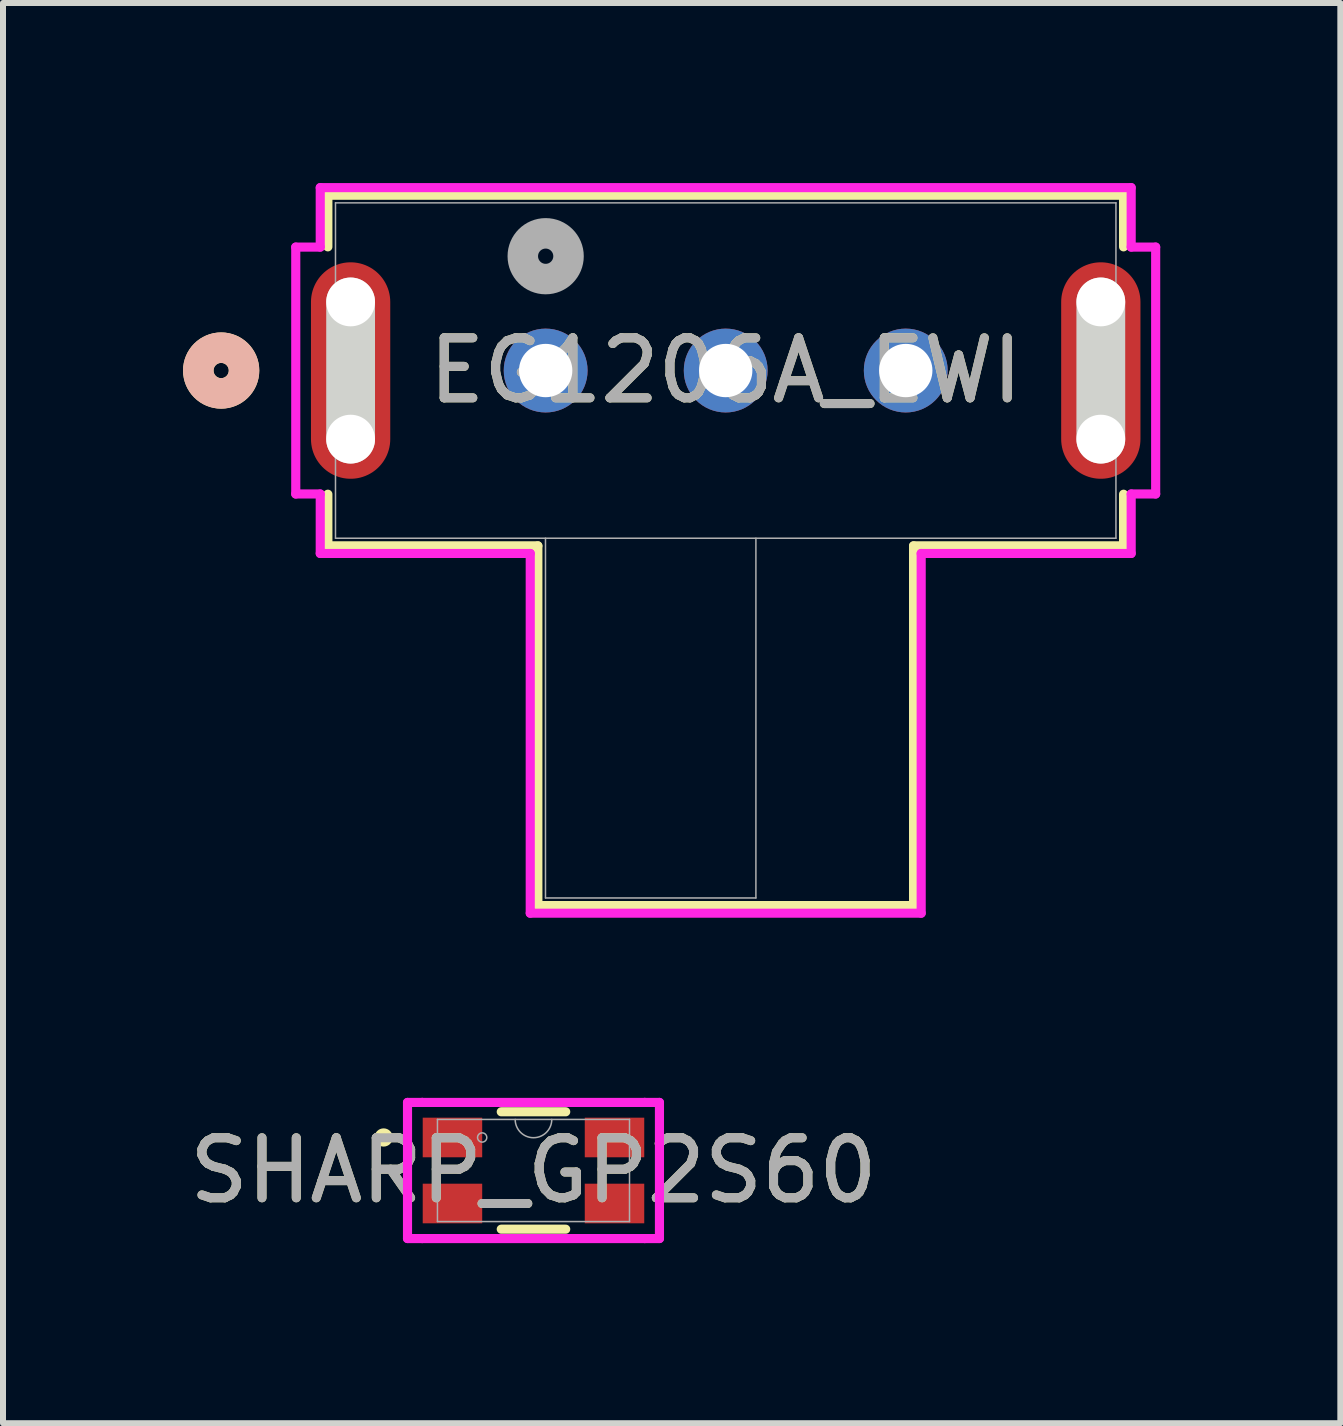
<source format=kicad_pcb>
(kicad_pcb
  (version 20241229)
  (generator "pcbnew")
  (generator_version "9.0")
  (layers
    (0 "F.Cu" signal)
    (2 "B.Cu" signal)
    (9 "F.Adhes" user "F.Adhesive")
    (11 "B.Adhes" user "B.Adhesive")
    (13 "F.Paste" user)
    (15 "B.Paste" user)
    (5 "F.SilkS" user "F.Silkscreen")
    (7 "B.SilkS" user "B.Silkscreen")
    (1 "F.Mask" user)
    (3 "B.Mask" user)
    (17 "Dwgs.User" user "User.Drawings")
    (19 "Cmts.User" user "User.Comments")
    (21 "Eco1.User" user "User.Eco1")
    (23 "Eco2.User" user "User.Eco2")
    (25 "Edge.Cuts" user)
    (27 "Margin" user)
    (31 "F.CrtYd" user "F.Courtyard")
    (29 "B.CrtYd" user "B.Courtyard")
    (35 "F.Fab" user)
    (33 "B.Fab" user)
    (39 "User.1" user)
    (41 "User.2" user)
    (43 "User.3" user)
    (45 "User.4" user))
  (footprint "SHARP_GP2S60"
    (layer "F.Cu")
    (at 5.839 16.453)
    (property "Reference" "SHARP_GP2S60" (at 0 0 0) (unlocked yes) (layer "F.SilkS") (effects (font (size 1 1) (thickness 0.15))))
    (attr smd)
    (fp_line (start -0.537 0.978) (end 0.537 0.978) (stroke (width 0.152) (type solid)) (layer "F.SilkS"))
    (fp_line (start 0.537 -0.978) (end -0.537 -0.978) (stroke (width 0.152) (type solid)) (layer "F.SilkS"))
    (fp_circle (center -2.497 -0.55) (end -2.421 -0.55) (stroke (width 0.152) (type solid)) (fill no) (layer "F.SilkS"))
    (fp_line (start -2.099 -1.134) (end -1.854 -1.134) (stroke (width 0.152) (type solid)) (layer "F.CrtYd"))
    (fp_line (start -2.099 1.134) (end -2.099 -1.134) (stroke (width 0.152) (type solid)) (layer "F.CrtYd"))
    (fp_line (start -2.099 1.134) (end -1.854 1.134) (stroke (width 0.152) (type solid)) (layer "F.CrtYd"))
    (fp_line (start -1.854 -1.134) (end -1.854 -1.134) (stroke (width 0.152) (type solid)) (layer "F.CrtYd"))
    (fp_line (start -1.854 -1.134) (end 1.854 -1.134) (stroke (width 0.152) (type solid)) (layer "F.CrtYd"))
    (fp_line (start -1.854 1.134) (end -1.854 1.134) (stroke (width 0.152) (type solid)) (layer "F.CrtYd"))
    (fp_line (start 1.854 -1.134) (end 1.854 -1.134) (stroke (width 0.152) (type solid)) (layer "F.CrtYd"))
    (fp_line (start 1.854 1.134) (end -1.854 1.134) (stroke (width 0.152) (type solid)) (layer "F.CrtYd"))
    (fp_line (start 1.854 1.134) (end 1.854 1.134) (stroke (width 0.152) (type solid)) (layer "F.CrtYd"))
    (fp_line (start 2.099 -1.134) (end 1.854 -1.134) (stroke (width 0.152) (type solid)) (layer "F.CrtYd"))
    (fp_line (start 2.099 -1.134) (end 2.099 1.134) (stroke (width 0.152) (type solid)) (layer "F.CrtYd"))
    (fp_line (start 2.099 1.134) (end 1.854 1.134) (stroke (width 0.152) (type solid)) (layer "F.CrtYd"))
    (fp_line (start -1.6 -0.851) (end -1.6 0.851) (stroke (width 0.025) (type solid)) (layer "F.Fab"))
    (fp_line (start -1.6 0.851) (end 1.6 0.851) (stroke (width 0.025) (type solid)) (layer "F.Fab"))
    (fp_line (start 1.6 -0.851) (end -1.6 -0.851) (stroke (width 0.025) (type solid)) (layer "F.Fab"))
    (fp_line (start 1.6 0.851) (end 1.6 -0.851) (stroke (width 0.025) (type solid)) (layer "F.Fab"))
    (fp_arc (start 0.3048 -0.8509) (mid 0 -0.5461) (end -0.3048 -0.8509) (stroke (width 0.0254) (type solid)) (layer "F.Fab"))
    (fp_circle (center -0.855 -0.55) (end -0.778 -0.55) (stroke (width 0.025) (type solid)) (fill no) (layer "F.Fab"))
    (fp_text user "${REFERENCE}" (at 0 0 0) (unlocked yes) (layer "F.Fab") (effects (font (size 1 1) (thickness 0.15))))
    (pad "1" smd rect (at -1.35 -0.55) (size 0.991 0.66) (layers "F.Cu" "F.Mask" "F.Paste"))
    (pad "2" smd rect (at -1.35 0.55) (size 0.991 0.66) (layers "F.Cu" "F.Mask" "F.Paste"))
    (pad "3" smd rect (at 1.35 0.55) (size 0.991 0.66) (layers "F.Cu" "F.Mask" "F.Paste"))
    (pad "4" smd rect (at 1.35 -0.55) (size 0.991 0.66) (layers "F.Cu" "F.Mask" "F.Paste")))
  (footprint "EG1206A_EWI"
    (layer "F.Cu")
    (at 6.042 3.124)
    (property "Reference" "EG1206A_EWI" (at 3 0 0) (unlocked yes) (layer "F.SilkS") (effects (font (size 1 1) (thickness 0.15))))
    (attr through_hole)
    (fp_line (start -3.629 -2.921) (end -3.629 -2.061) (stroke (width 0.152) (type solid)) (layer "F.SilkS"))
    (fp_line (start -3.629 2.061) (end -3.629 2.921) (stroke (width 0.152) (type solid)) (layer "F.SilkS"))
    (fp_line (start -3.629 2.921) (end -0.13 2.921) (stroke (width 0.152) (type solid)) (layer "F.SilkS"))
    (fp_line (start -0.13 2.921) (end -0.13 8.915) (stroke (width 0.152) (type solid)) (layer "F.SilkS"))
    (fp_line (start -0.13 8.915) (end 6.13 8.915) (stroke (width 0.152) (type solid)) (layer "F.SilkS"))
    (fp_line (start 6.13 2.921) (end 9.629 2.921) (stroke (width 0.152) (type solid)) (layer "F.SilkS"))
    (fp_line (start 6.13 8.915) (end 6.13 2.921) (stroke (width 0.152) (type solid)) (layer "F.SilkS"))
    (fp_line (start 9.629 -2.921) (end -3.629 -2.921) (stroke (width 0.152) (type solid)) (layer "F.SilkS"))
    (fp_line (start 9.629 -2.061) (end 9.629 -2.921) (stroke (width 0.152) (type solid)) (layer "F.SilkS"))
    (fp_line (start 9.629 2.921) (end 9.629 2.061) (stroke (width 0.152) (type solid)) (layer "F.SilkS"))
    (fp_circle (center -5.407 0) (end -5.026 0) (stroke (width 0.508) (type solid)) (fill no) (layer "F.SilkS"))
    (fp_circle (center -5.407 0) (end -5.026 0) (stroke (width 0.508) (type solid)) (fill no) (layer "B.SilkS"))
    (fp_line (start -3.25 1.143) (end -3.25 -1.143) (stroke (width 0.813) (type solid)) (layer "Edge.Cuts"))
    (fp_line (start 9.25 1.143) (end 9.25 -1.143) (stroke (width 0.813) (type solid)) (layer "Edge.Cuts"))
    (fp_line (start -4.164 -2.057) (end -4.164 2.057) (stroke (width 0.152) (type solid)) (layer "F.CrtYd"))
    (fp_line (start -4.164 2.057) (end -3.756 2.057) (stroke (width 0.152) (type solid)) (layer "F.CrtYd"))
    (fp_line (start -3.756 -3.048) (end -3.756 -2.057) (stroke (width 0.152) (type solid)) (layer "F.CrtYd"))
    (fp_line (start -3.756 -2.057) (end -4.164 -2.057) (stroke (width 0.152) (type solid)) (layer "F.CrtYd"))
    (fp_line (start -3.756 2.057) (end -3.756 3.048) (stroke (width 0.152) (type solid)) (layer "F.CrtYd"))
    (fp_line (start -3.756 3.048) (end -0.257 3.048) (stroke (width 0.152) (type solid)) (layer "F.CrtYd"))
    (fp_line (start -0.257 3.048) (end -0.257 9.042) (stroke (width 0.152) (type solid)) (layer "F.CrtYd"))
    (fp_line (start -0.257 9.042) (end 6.257 9.042) (stroke (width 0.152) (type solid)) (layer "F.CrtYd"))
    (fp_line (start 6.257 3.048) (end 9.756 3.048) (stroke (width 0.152) (type solid)) (layer "F.CrtYd"))
    (fp_line (start 6.257 9.042) (end 6.257 3.048) (stroke (width 0.152) (type solid)) (layer "F.CrtYd"))
    (fp_line (start 9.756 -3.048) (end -3.756 -3.048) (stroke (width 0.152) (type solid)) (layer "F.CrtYd"))
    (fp_line (start 9.756 -2.057) (end 9.756 -3.048) (stroke (width 0.152) (type solid)) (layer "F.CrtYd"))
    (fp_line (start 9.756 2.057) (end 10.164 2.057) (stroke (width 0.152) (type solid)) (layer "F.CrtYd"))
    (fp_line (start 9.756 3.048) (end 9.756 2.057) (stroke (width 0.152) (type solid)) (layer "F.CrtYd"))
    (fp_line (start 10.164 -2.057) (end 9.756 -2.057) (stroke (width 0.152) (type solid)) (layer "F.CrtYd"))
    (fp_line (start 10.164 2.057) (end 10.164 -2.057) (stroke (width 0.152) (type solid)) (layer "F.CrtYd"))
    (fp_line (start -3.502 -2.794) (end -3.502 2.794) (stroke (width 0.025) (type solid)) (layer "F.Fab"))
    (fp_line (start -3.502 2.794) (end 9.502 2.794) (stroke (width 0.025) (type solid)) (layer "F.Fab"))
    (fp_line (start -0.003 2.794) (end -0.003 8.788) (stroke (width 0.025) (type solid)) (layer "F.Fab"))
    (fp_line (start -0.003 8.788) (end 3.503 8.788) (stroke (width 0.025) (type solid)) (layer "F.Fab"))
    (fp_line (start 3.503 8.788) (end 3.503 2.794) (stroke (width 0.025) (type solid)) (layer "F.Fab"))
    (fp_line (start 9.502 -2.794) (end -3.502 -2.794) (stroke (width 0.025) (type solid)) (layer "F.Fab"))
    (fp_line (start 9.502 2.794) (end 9.502 -2.794) (stroke (width 0.025) (type solid)) (layer "F.Fab"))
    (fp_circle (center 0 -1.905) (end 0.381 -1.905) (stroke (width 0.508) (type solid)) (fill no) (layer "F.Fab"))
    (fp_text user "${REFERENCE}" (at 3 0 0) (unlocked yes) (layer "F.Fab") (effects (font (size 1 1) (thickness 0.15))))
    (pad "" np_thru_hole circle (at -3.25 -1.143) (size 0.813 0.813) (drill 0.813) (layers "*.Cu" "*.Mask"))
    (pad "" np_thru_hole circle (at -3.25 1.143) (size 0.813 0.813) (drill 0.813) (layers "*.Cu" "*.Mask"))
    (pad "" np_thru_hole circle (at 9.25 -1.143) (size 0.813 0.813) (drill 0.813) (layers "*.Cu" "*.Mask"))
    (pad "" np_thru_hole circle (at 9.25 1.143) (size 0.813 0.813) (drill 0.813) (layers "*.Cu" "*.Mask"))
    (pad "1" thru_hole circle (at 0 0) (size 1.397 1.397) (drill 0.889) (layers "*.Cu" "*.Mask"))
    (pad "2" thru_hole circle (at 3 0) (size 1.397 1.397) (drill 0.889) (layers "*.Cu" "*.Mask"))
    (pad "3" thru_hole circle (at 6 0) (size 1.397 1.397) (drill 0.889) (layers "*.Cu" "*.Mask"))
    (pad "4" smd oval (at -3.25 0) (size 1.321 3.607) (layers "F.Cu" "F.Mask" "F.Paste"))
    (pad "5" smd oval (at 9.25 0) (size 1.321 3.607) (layers "F.Cu" "F.Mask" "F.Paste")))
  (gr_rect
    (start -3 -3)
    (end 19.283 20.664)
    (stroke (width 0.1) (type default))
    (fill no)
    (layer "Edge.Cuts")))
</source>
